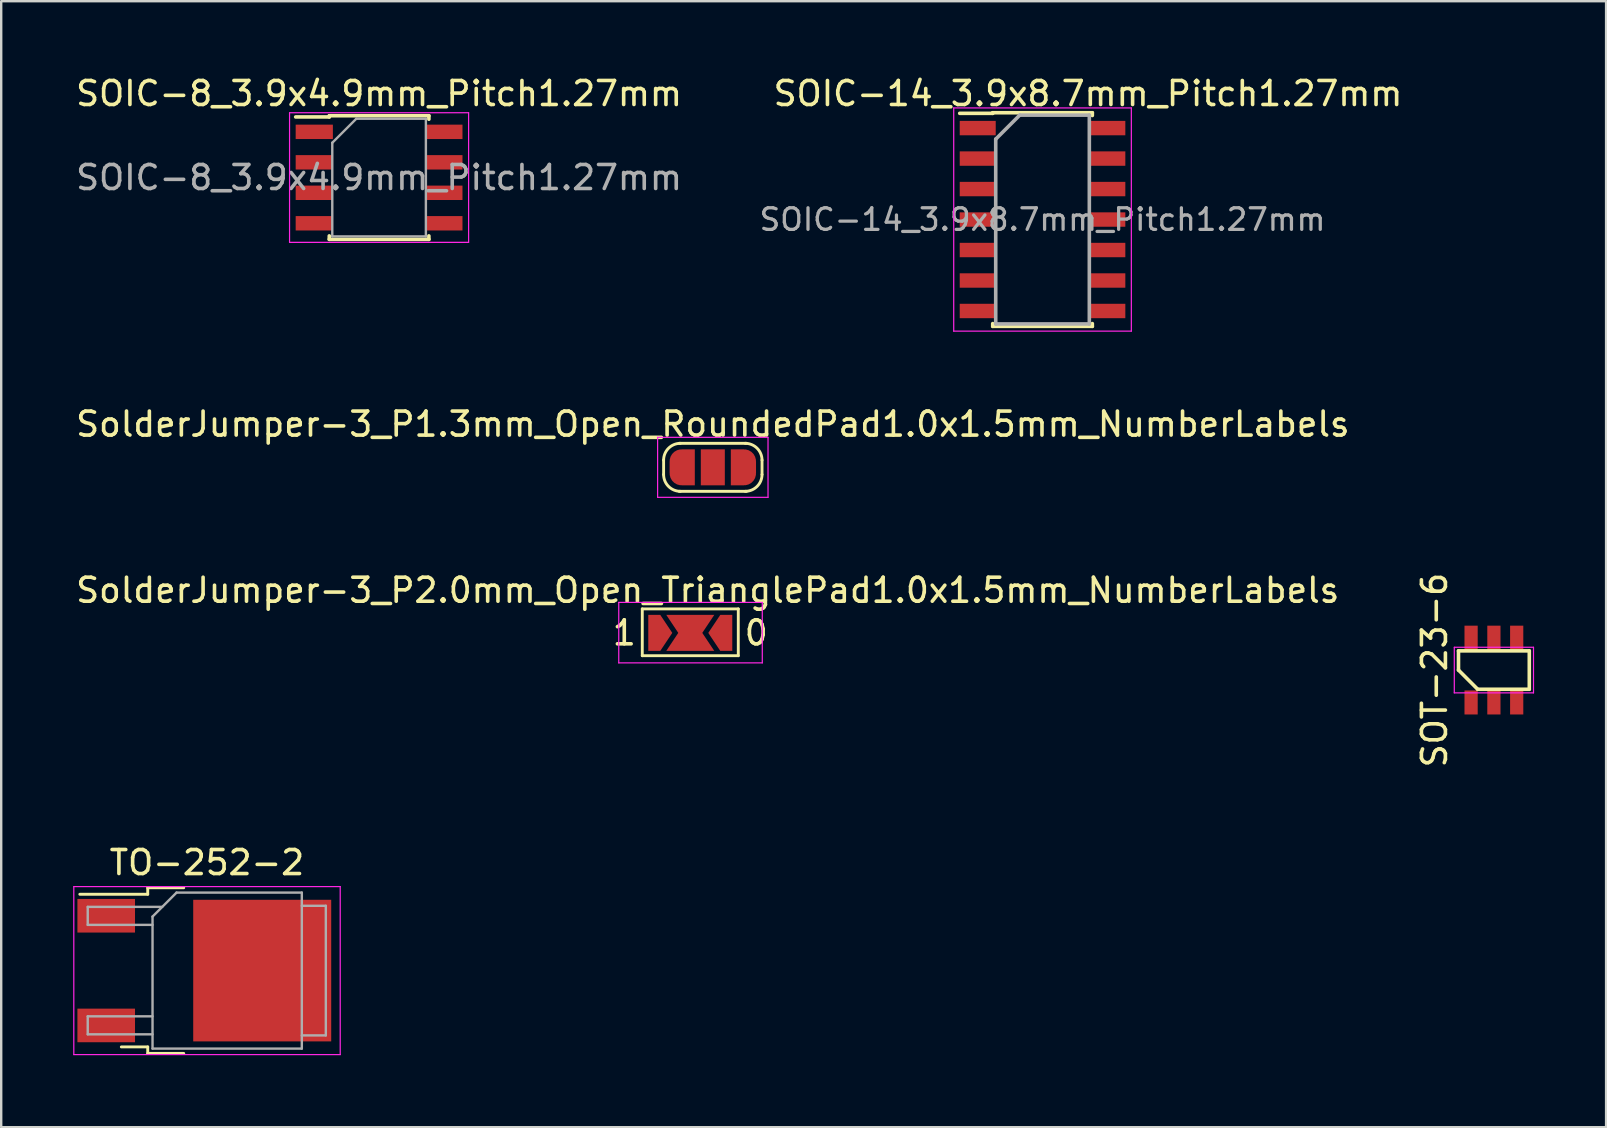
<source format=kicad_pcb>
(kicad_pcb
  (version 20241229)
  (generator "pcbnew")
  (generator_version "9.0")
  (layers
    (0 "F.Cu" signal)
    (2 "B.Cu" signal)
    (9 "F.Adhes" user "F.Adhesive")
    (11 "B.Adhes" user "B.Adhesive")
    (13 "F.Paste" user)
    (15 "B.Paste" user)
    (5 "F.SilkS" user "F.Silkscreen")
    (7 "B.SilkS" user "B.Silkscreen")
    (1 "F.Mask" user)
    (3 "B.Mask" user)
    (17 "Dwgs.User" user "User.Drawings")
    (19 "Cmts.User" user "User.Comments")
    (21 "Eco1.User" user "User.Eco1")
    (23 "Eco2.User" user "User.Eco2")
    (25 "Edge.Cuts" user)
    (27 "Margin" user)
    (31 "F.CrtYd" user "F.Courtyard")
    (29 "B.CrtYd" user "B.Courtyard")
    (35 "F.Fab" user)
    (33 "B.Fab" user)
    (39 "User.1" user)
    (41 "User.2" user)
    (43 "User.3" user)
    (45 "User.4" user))
  (footprint "SOT-23-6"
    (layer "F.Cu")
    (at 59.192 24.868)
    (property "Reference" "SOT-23-6" (at -2.475 0 90) (layer "F.SilkS") (effects (font (size 1 1) (thickness 0.15))))
    (attr smd)
    (fp_line (start -1.475 -0.8) (end 1.475 -0.8) (stroke (width 0.15) (type solid)) (layer "F.SilkS"))
    (fp_line (start -1.475 0) (end -1.475 -0.8) (stroke (width 0.15) (type solid)) (layer "F.SilkS"))
    (fp_line (start -0.675 0.8) (end -1.475 0) (stroke (width 0.15) (type solid)) (layer "F.SilkS"))
    (fp_line (start 1.475 -0.8) (end 1.475 0.8) (stroke (width 0.15) (type solid)) (layer "F.SilkS"))
    (fp_line (start 1.475 0.8) (end -0.675 0.8) (stroke (width 0.15) (type solid)) (layer "F.SilkS"))
    (fp_line (start -1.65 -0.95) (end 1.65 -0.95) (stroke (width 0.05) (type solid)) (layer "F.CrtYd"))
    (fp_line (start -1.65 0.95) (end -1.65 -0.95) (stroke (width 0.05) (type solid)) (layer "F.CrtYd"))
    (fp_line (start 1.65 -0.95) (end 1.65 0.95) (stroke (width 0.05) (type solid)) (layer "F.CrtYd"))
    (fp_line (start 1.65 0.95) (end -1.65 0.95) (stroke (width 0.05) (type solid)) (layer "F.CrtYd"))
    (pad "1" smd rect (at -0.95 1.35) (size 0.55 1) (layers "F.Cu" "F.Mask" "F.Paste"))
    (pad "2" smd rect (at 0 1.35) (size 0.55 1) (layers "F.Cu" "F.Mask" "F.Paste"))
    (pad "3" smd rect (at 0.95 1.35) (size 0.55 1) (layers "F.Cu" "F.Mask" "F.Paste"))
    (pad "4" smd rect (at 0.95 -1.35) (size 0.55 1) (layers "F.Cu" "F.Mask" "F.Paste"))
    (pad "5" smd rect (at 0 -1.35) (size 0.55 1) (layers "F.Cu" "F.Mask" "F.Paste"))
    (pad "6" smd rect (at -0.95 -1.35) (size 0.55 1) (layers "F.Cu" "F.Mask" "F.Paste")))
  (footprint "SolderJumper-3_P1.3mm_Open_RoundedPad1.0x1.5mm_NumberLabels"
    (layer "F.Cu")
    (at 26.649 16.421)
    (property "Reference" "SolderJumper-3_P1.3mm_Open_RoundedPad1.0x1.5mm_NumberLabels" (at 0 -1.8 0) (layer "F.SilkS") (effects (font (size 1 1) (thickness 0.15))))
    (attr exclude_from_pos_files exclude_from_bom)
    (fp_line (start -2.05 0.3) (end -2.05 -0.3) (stroke (width 0.12) (type solid)) (layer "F.SilkS"))
    (fp_line (start -1.4 -1) (end 1.4 -1) (stroke (width 0.12) (type solid)) (layer "F.SilkS"))
    (fp_line (start 1.4 1) (end -1.4 1) (stroke (width 0.12) (type solid)) (layer "F.SilkS"))
    (fp_line (start 2.05 -0.3) (end 2.05 0.3) (stroke (width 0.12) (type solid)) (layer "F.SilkS"))
    (fp_arc (start -2.05 -0.3) (mid -1.844975 -0.794975) (end -1.35 -1) (stroke (width 0.12) (type solid)) (layer "F.SilkS"))
    (fp_arc (start -1.35 1) (mid -1.844975 0.794975) (end -2.05 0.3) (stroke (width 0.12) (type solid)) (layer "F.SilkS"))
    (fp_arc (start 1.35 -1) (mid 1.844975 -0.794975) (end 2.05 -0.3) (stroke (width 0.12) (type solid)) (layer "F.SilkS"))
    (fp_arc (start 2.05 0.3) (mid 1.844975 0.794975) (end 1.35 1) (stroke (width 0.12) (type solid)) (layer "F.SilkS"))
    (fp_line (start -2.3 -1.25) (end -2.3 1.25) (stroke (width 0.05) (type solid)) (layer "F.CrtYd"))
    (fp_line (start -2.3 -1.25) (end 2.3 -1.25) (stroke (width 0.05) (type solid)) (layer "F.CrtYd"))
    (fp_line (start 2.3 1.25) (end -2.3 1.25) (stroke (width 0.05) (type solid)) (layer "F.CrtYd"))
    (fp_line (start 2.3 1.25) (end 2.3 -1.25) (stroke (width 0.05) (type solid)) (layer "F.CrtYd"))
    (pad "1" smd custom (at -1.3 0) (size 1 0.5) (layers "F.Cu" "F.Mask") (options (anchor rect)) (primitives (gr_circle (center 0 0.25) (end 0.5 0.25) (width 0) (fill yes)) (gr_circle (center 0 -0.25) (end 0.5 -0.25) (width 0) (fill yes)) (gr_poly (pts (xy 0.55 -0.75) (xy 0 -0.75) (xy 0 0.75) (xy 0.55 0.75)) (width 0) (fill yes))))
    (pad "2" smd rect (at 0 0) (size 1 1.5) (layers "F.Cu" "F.Mask"))
    (pad "3" smd custom (at 1.3 0) (size 1 0.5) (layers "F.Cu" "F.Mask") (options (anchor rect)) (primitives (gr_circle (center 0 0.25) (end 0.5 0.25) (width 0) (fill yes)) (gr_circle (center 0 -0.25) (end 0.5 -0.25) (width 0) (fill yes)) (gr_poly (pts (xy -0.55 -0.75) (xy 0 -0.75) (xy 0 0.75) (xy -0.55 0.75)) (width 0) (fill yes)))))
  (footprint "TO-252-2"
    (layer "F.Cu")
    (at 5.575 37.389)
    (property "Reference" "TO-252-2" (at -0.004 -4.5 0) (layer "F.SilkS") (effects (font (size 1 1) (thickness 0.15))))
    (attr smd)
    (fp_line (start -2.47 -3.45) (end -2.47 -3.18) (stroke (width 0.12) (type solid)) (layer "F.SilkS"))
    (fp_line (start -2.47 -3.18) (end -5.3 -3.18) (stroke (width 0.12) (type solid)) (layer "F.SilkS"))
    (fp_line (start -2.47 3.18) (end -3.57 3.18) (stroke (width 0.12) (type solid)) (layer "F.SilkS"))
    (fp_line (start -2.47 3.45) (end -2.47 3.18) (stroke (width 0.12) (type solid)) (layer "F.SilkS"))
    (fp_line (start -0.97 -3.45) (end -2.47 -3.45) (stroke (width 0.12) (type solid)) (layer "F.SilkS"))
    (fp_line (start -0.97 3.45) (end -2.47 3.45) (stroke (width 0.12) (type solid)) (layer "F.SilkS"))
    (fp_line (start -5.55 -3.5) (end -5.55 3.5) (stroke (width 0.05) (type solid)) (layer "F.CrtYd"))
    (fp_line (start -5.55 3.5) (end 5.55 3.5) (stroke (width 0.05) (type solid)) (layer "F.CrtYd"))
    (fp_line (start 5.55 -3.5) (end -5.55 -3.5) (stroke (width 0.05) (type solid)) (layer "F.CrtYd"))
    (fp_line (start 5.55 3.5) (end 5.55 -3.5) (stroke (width 0.05) (type solid)) (layer "F.CrtYd"))
    (fp_line (start -4.97 -2.655) (end -4.97 -1.905) (stroke (width 0.1) (type solid)) (layer "F.Fab"))
    (fp_line (start -4.97 -1.905) (end -2.27 -1.905) (stroke (width 0.1) (type solid)) (layer "F.Fab"))
    (fp_line (start -4.97 1.905) (end -4.97 2.655) (stroke (width 0.1) (type solid)) (layer "F.Fab"))
    (fp_line (start -4.97 2.655) (end -2.27 2.655) (stroke (width 0.1) (type solid)) (layer "F.Fab"))
    (fp_line (start -2.27 -2.25) (end -1.27 -3.25) (stroke (width 0.1) (type solid)) (layer "F.Fab"))
    (fp_line (start -2.27 1.905) (end -4.97 1.905) (stroke (width 0.1) (type solid)) (layer "F.Fab"))
    (fp_line (start -2.27 3.25) (end -2.27 -2.25) (stroke (width 0.1) (type solid)) (layer "F.Fab"))
    (fp_line (start -1.865 -2.655) (end -4.97 -2.655) (stroke (width 0.1) (type solid)) (layer "F.Fab"))
    (fp_line (start -1.27 -3.25) (end 3.95 -3.25) (stroke (width 0.1) (type solid)) (layer "F.Fab"))
    (fp_line (start 3.95 -3.25) (end 3.95 3.25) (stroke (width 0.1) (type solid)) (layer "F.Fab"))
    (fp_line (start 3.95 -2.7) (end 4.95 -2.7) (stroke (width 0.1) (type solid)) (layer "F.Fab"))
    (fp_line (start 3.95 3.25) (end -2.27 3.25) (stroke (width 0.1) (type solid)) (layer "F.Fab"))
    (fp_line (start 4.95 -2.7) (end 4.95 2.7) (stroke (width 0.1) (type solid)) (layer "F.Fab"))
    (fp_line (start 4.95 2.7) (end 3.95 2.7) (stroke (width 0.1) (type solid)) (layer "F.Fab"))
    (pad "1" smd rect (at -4.2 -2.285) (size 2.4 1.4) (layers "F.Cu" "F.Mask" "F.Paste"))
    (pad "2" smd rect (at 2.3 0) (size 5.75 5.9) (layers "F.Cu" "F.Mask" "F.Paste"))
    (pad "3" smd rect (at -4.2 2.285) (size 2.4 1.4) (layers "F.Cu" "F.Mask" "F.Paste")))
  (footprint "SOIC-8_3.9x4.9mm_Pitch1.27mm"
    (layer "F.Cu")
    (at 12.744 4.348)
    (property "Reference" "SOIC-8_3.9x4.9mm_Pitch1.27mm" (at 0 -3.5 0) (layer "F.SilkS") (effects (font (size 1 1) (thickness 0.15))))
    (attr smd)
    (fp_line (start -2.075 -2.575) (end -2.075 -2.525) (stroke (width 0.15) (type solid)) (layer "F.SilkS"))
    (fp_line (start -2.075 -2.575) (end 2.075 -2.575) (stroke (width 0.15) (type solid)) (layer "F.SilkS"))
    (fp_line (start -2.075 -2.525) (end -3.475 -2.525) (stroke (width 0.15) (type solid)) (layer "F.SilkS"))
    (fp_line (start -2.075 2.575) (end -2.075 2.43) (stroke (width 0.15) (type solid)) (layer "F.SilkS"))
    (fp_line (start -2.075 2.575) (end 2.075 2.575) (stroke (width 0.15) (type solid)) (layer "F.SilkS"))
    (fp_line (start 2.075 -2.575) (end 2.075 -2.43) (stroke (width 0.15) (type solid)) (layer "F.SilkS"))
    (fp_line (start 2.075 2.575) (end 2.075 2.43) (stroke (width 0.15) (type solid)) (layer "F.SilkS"))
    (fp_line (start -3.73 -2.7) (end -3.73 2.7) (stroke (width 0.05) (type solid)) (layer "F.CrtYd"))
    (fp_line (start -3.73 -2.7) (end 3.73 -2.7) (stroke (width 0.05) (type solid)) (layer "F.CrtYd"))
    (fp_line (start -3.73 2.7) (end 3.73 2.7) (stroke (width 0.05) (type solid)) (layer "F.CrtYd"))
    (fp_line (start 3.73 -2.7) (end 3.73 2.7) (stroke (width 0.05) (type solid)) (layer "F.CrtYd"))
    (fp_line (start -1.95 -1.45) (end -0.95 -2.45) (stroke (width 0.1) (type solid)) (layer "F.Fab"))
    (fp_line (start -1.95 2.45) (end -1.95 -1.45) (stroke (width 0.1) (type solid)) (layer "F.Fab"))
    (fp_line (start -0.95 -2.45) (end 1.95 -2.45) (stroke (width 0.1) (type solid)) (layer "F.Fab"))
    (fp_line (start 1.95 -2.45) (end 1.95 2.45) (stroke (width 0.1) (type solid)) (layer "F.Fab"))
    (fp_line (start 1.95 2.45) (end -1.95 2.45) (stroke (width 0.1) (type solid)) (layer "F.Fab"))
    (fp_text user "${REFERENCE}" (at 0 0 0) (layer "F.Fab") (effects (font (size 1 1) (thickness 0.15))))
    (pad "1" smd rect (at -2.7 -1.905) (size 1.55 0.6) (layers "F.Cu" "F.Mask" "F.Paste"))
    (pad "2" smd rect (at -2.7 -0.635) (size 1.55 0.6) (layers "F.Cu" "F.Mask" "F.Paste"))
    (pad "3" smd rect (at -2.7 0.635) (size 1.55 0.6) (layers "F.Cu" "F.Mask" "F.Paste"))
    (pad "4" smd rect (at -2.7 1.905) (size 1.55 0.6) (layers "F.Cu" "F.Mask" "F.Paste"))
    (pad "5" smd rect (at 2.7 1.905) (size 1.55 0.6) (layers "F.Cu" "F.Mask" "F.Paste"))
    (pad "6" smd rect (at 2.7 0.635) (size 1.55 0.6) (layers "F.Cu" "F.Mask" "F.Paste"))
    (pad "7" smd rect (at 2.7 -0.635) (size 1.55 0.6) (layers "F.Cu" "F.Mask" "F.Paste"))
    (pad "8" smd rect (at 2.7 -1.905) (size 1.55 0.6) (layers "F.Cu" "F.Mask" "F.Paste")))
  (footprint "SolderJumper-3_P2.0mm_Open_TrianglePad1.0x1.5mm_NumberLabels"
    (layer "F.Cu")
    (at 25.71 23.319)
    (property "Reference" "SolderJumper-3_P2.0mm_Open_TrianglePad1.0x1.5mm_NumberLabels" (at 0.725 -1.775 0) (layer "F.SilkS") (effects (font (size 1 1) (thickness 0.15))))
    (attr exclude_from_pos_files exclude_from_bom)
    (fp_line (start -2 -1) (end 2 -1) (stroke (width 0.12) (type solid)) (layer "F.SilkS"))
    (fp_line (start -2 0.95) (end -2 -1) (stroke (width 0.12) (type solid)) (layer "F.SilkS"))
    (fp_line (start 2 -1) (end 2 0.95) (stroke (width 0.12) (type solid)) (layer "F.SilkS"))
    (fp_line (start 2 0.95) (end -2 0.95) (stroke (width 0.12) (type solid)) (layer "F.SilkS"))
    (fp_line (start -2.98 -1.27) (end -2.98 1.25) (stroke (width 0.05) (type solid)) (layer "F.CrtYd"))
    (fp_line (start -2.98 -1.27) (end 3 -1.27) (stroke (width 0.05) (type solid)) (layer "F.CrtYd"))
    (fp_line (start 3 1.25) (end -2.98 1.25) (stroke (width 0.05) (type solid)) (layer "F.CrtYd"))
    (fp_line (start 3 1.25) (end 3 -1.27) (stroke (width 0.05) (type solid)) (layer "F.CrtYd"))
    (fp_text user "0" (at 2.75 0 0) (layer "F.SilkS") (effects (font (size 1 1) (thickness 0.15))))
    (fp_text user "1" (at -2.75 0 0) (layer "F.SilkS") (effects (font (size 1 1) (thickness 0.15))))
    (pad "" smd rect (at -0.85 0) (size 1.2 1.5) (layers "F.Mask"))
    (pad "" smd rect (at 0.85 0) (size 1 1.5) (layers "F.Mask"))
    (pad "1" smd custom (at -1.5 0) (size 0.3 0.3) (layers "F.Cu") (options (anchor rect)) (primitives (gr_poly (pts (xy -0.25 -0.75) (xy 0.25 -0.75) (xy 0.75 0) (xy 0.25 0.75) (xy -0.25 0.75)) (width 0) (fill yes))))
    (pad "2" smd custom (at 0 0) (size 0.3 0.3) (layers "F.Cu") (options (anchor rect)) (primitives (gr_poly (pts (xy -1 -0.75) (xy 1 -0.75) (xy 0.5 0) (xy 1 0.75) (xy -1 0.75) (xy -0.5 0)) (width 0) (fill yes))))
    (pad "3" smd custom (at 1.5 0) (size 0.3 0.3) (layers "F.Cu") (options (anchor rect)) (primitives (gr_poly (pts (xy 0.25 0.75) (xy -0.25 0.75) (xy -0.75 0) (xy -0.25 -0.75) (xy 0.25 -0.75)) (width 0) (fill yes)))))
  (footprint "SOIC-14_3.9x8.7mm_Pitch1.27mm"
    (layer "F.Cu")
    (at 40.386 6.097)
    (property "Reference" "SOIC-14_3.9x8.7mm_Pitch1.27mm" (at 1.896 -5.249 0) (layer "F.SilkS") (effects (font (size 1 1) (thickness 0.15))))
    (attr smd)
    (fp_line (start -2.075 -4.45) (end -2.075 -4.425) (stroke (width 0.15) (type solid)) (layer "F.SilkS"))
    (fp_line (start -2.075 -4.45) (end 2.075 -4.45) (stroke (width 0.15) (type solid)) (layer "F.SilkS"))
    (fp_line (start -2.075 -4.425) (end -3.45 -4.425) (stroke (width 0.15) (type solid)) (layer "F.SilkS"))
    (fp_line (start -2.075 4.45) (end -2.075 4.335) (stroke (width 0.15) (type solid)) (layer "F.SilkS"))
    (fp_line (start -2.075 4.45) (end 2.075 4.45) (stroke (width 0.15) (type solid)) (layer "F.SilkS"))
    (fp_line (start 2.075 -4.45) (end 2.075 -4.335) (stroke (width 0.15) (type solid)) (layer "F.SilkS"))
    (fp_line (start 2.075 4.45) (end 2.075 4.335) (stroke (width 0.15) (type solid)) (layer "F.SilkS"))
    (fp_line (start -3.7 -4.65) (end -3.7 4.65) (stroke (width 0.05) (type solid)) (layer "F.CrtYd"))
    (fp_line (start -3.7 -4.65) (end 3.7 -4.65) (stroke (width 0.05) (type solid)) (layer "F.CrtYd"))
    (fp_line (start -3.7 4.65) (end 3.7 4.65) (stroke (width 0.05) (type solid)) (layer "F.CrtYd"))
    (fp_line (start 3.7 -4.65) (end 3.7 4.65) (stroke (width 0.05) (type solid)) (layer "F.CrtYd"))
    (fp_line (start -1.95 -3.35) (end -0.95 -4.35) (stroke (width 0.15) (type solid)) (layer "F.Fab"))
    (fp_line (start -1.95 4.35) (end -1.95 -3.35) (stroke (width 0.15) (type solid)) (layer "F.Fab"))
    (fp_line (start -0.95 -4.35) (end 1.95 -4.35) (stroke (width 0.15) (type solid)) (layer "F.Fab"))
    (fp_line (start 1.95 -4.35) (end 1.95 4.35) (stroke (width 0.15) (type solid)) (layer "F.Fab"))
    (fp_line (start 1.95 4.35) (end -1.95 4.35) (stroke (width 0.15) (type solid)) (layer "F.Fab"))
    (fp_text user "${REFERENCE}" (at 0 0 0) (layer "F.Fab") (effects (font (size 0.9 0.9) (thickness 0.135))))
    (pad "1" smd rect (at -2.7 -3.81) (size 1.5 0.6) (layers "F.Cu" "F.Mask" "F.Paste"))
    (pad "2" smd rect (at -2.7 -2.54) (size 1.5 0.6) (layers "F.Cu" "F.Mask" "F.Paste"))
    (pad "3" smd rect (at -2.7 -1.27) (size 1.5 0.6) (layers "F.Cu" "F.Mask" "F.Paste"))
    (pad "4" smd rect (at -2.7 0) (size 1.5 0.6) (layers "F.Cu" "F.Mask" "F.Paste"))
    (pad "5" smd rect (at -2.7 1.27) (size 1.5 0.6) (layers "F.Cu" "F.Mask" "F.Paste"))
    (pad "6" smd rect (at -2.7 2.54) (size 1.5 0.6) (layers "F.Cu" "F.Mask" "F.Paste"))
    (pad "7" smd rect (at -2.7 3.81) (size 1.5 0.6) (layers "F.Cu" "F.Mask" "F.Paste"))
    (pad "8" smd rect (at 2.7 3.81) (size 1.5 0.6) (layers "F.Cu" "F.Mask" "F.Paste"))
    (pad "9" smd rect (at 2.7 2.54) (size 1.5 0.6) (layers "F.Cu" "F.Mask" "F.Paste"))
    (pad "10" smd rect (at 2.7 1.27) (size 1.5 0.6) (layers "F.Cu" "F.Mask" "F.Paste"))
    (pad "11" smd rect (at 2.7 0) (size 1.5 0.6) (layers "F.Cu" "F.Mask" "F.Paste"))
    (pad "12" smd rect (at 2.7 -1.27) (size 1.5 0.6) (layers "F.Cu" "F.Mask" "F.Paste"))
    (pad "13" smd rect (at 2.7 -2.54) (size 1.5 0.6) (layers "F.Cu" "F.Mask" "F.Paste"))
    (pad "14" smd rect (at 2.7 -3.81) (size 1.5 0.6) (layers "F.Cu" "F.Mask" "F.Paste")))
  (gr_rect
    (start -3 -3)
    (end 63.867 43.914)
    (stroke (width 0.1) (type default))
    (fill no)
    (layer "Edge.Cuts")))
</source>
